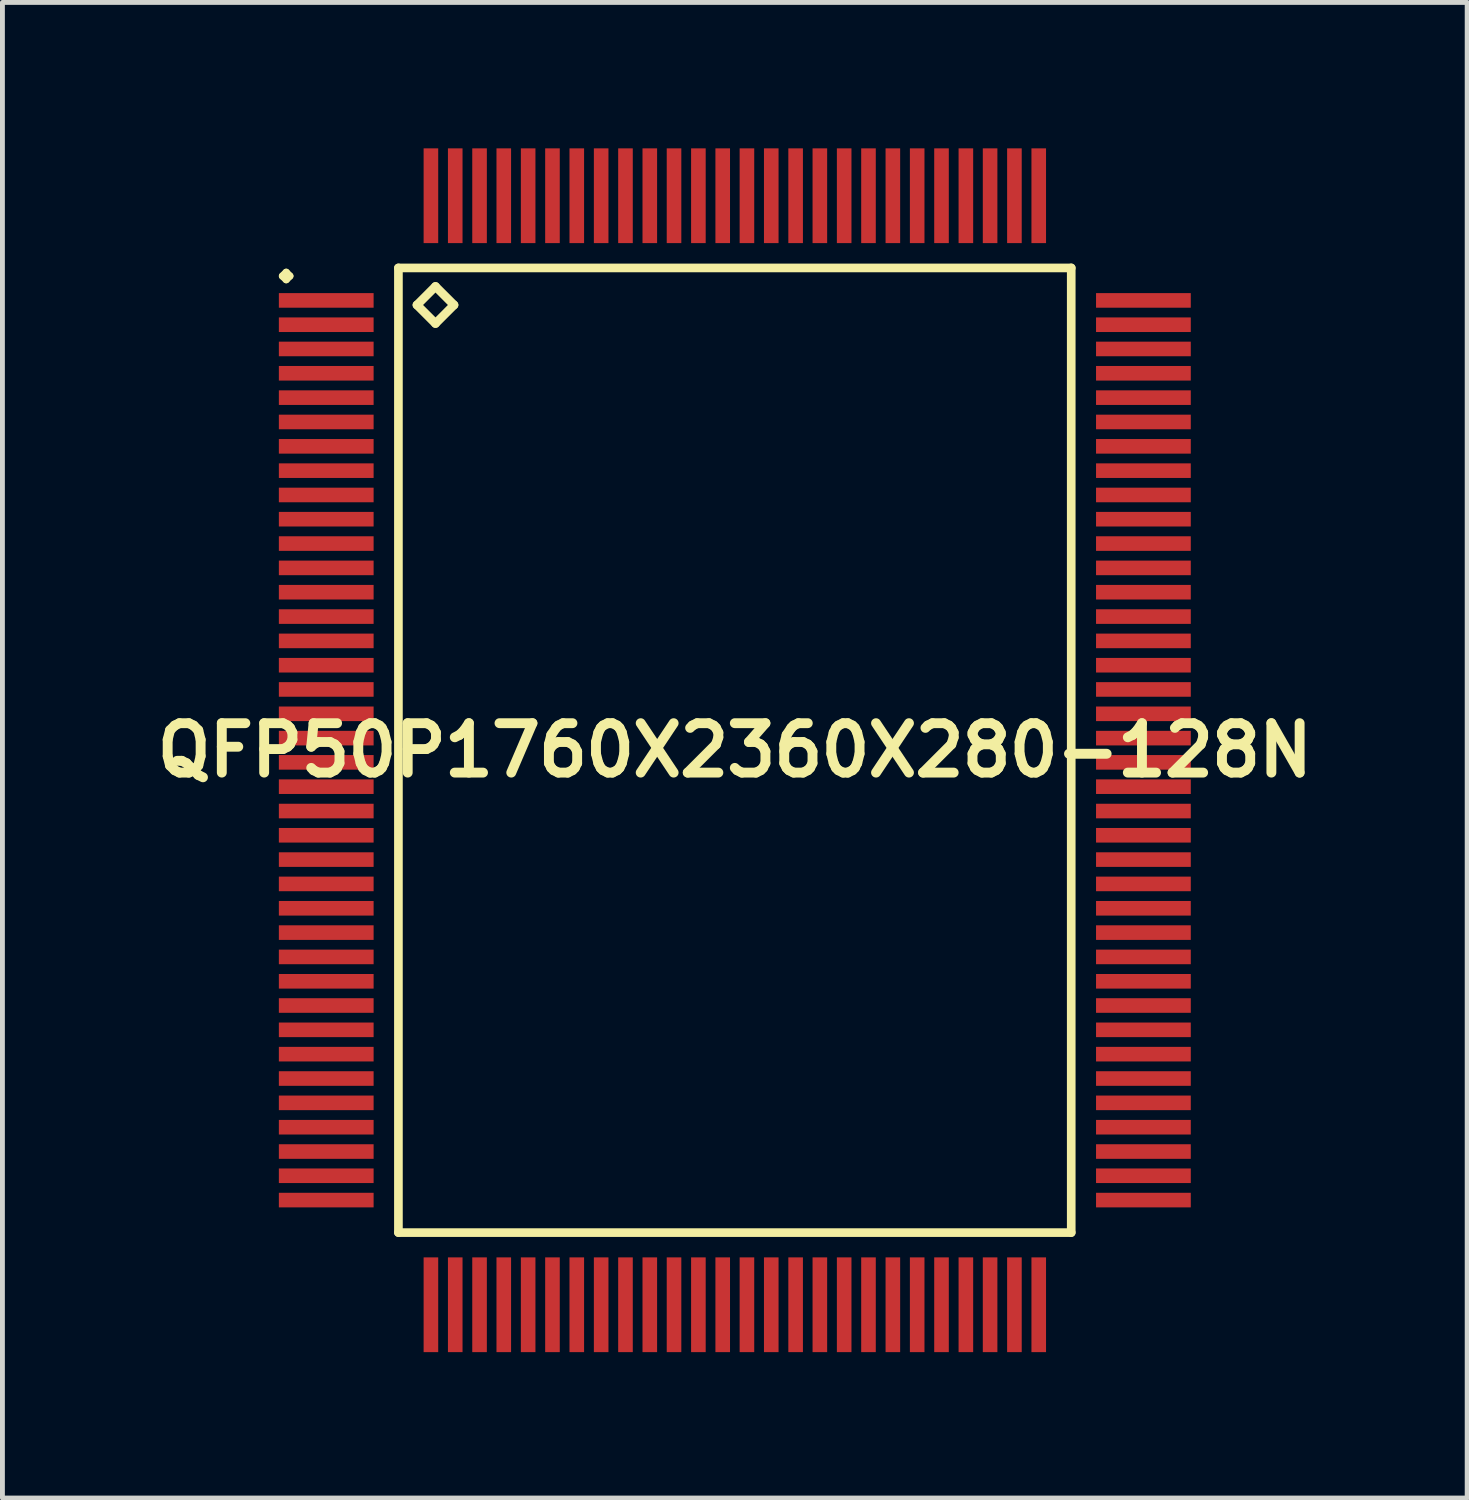
<source format=kicad_pcb>
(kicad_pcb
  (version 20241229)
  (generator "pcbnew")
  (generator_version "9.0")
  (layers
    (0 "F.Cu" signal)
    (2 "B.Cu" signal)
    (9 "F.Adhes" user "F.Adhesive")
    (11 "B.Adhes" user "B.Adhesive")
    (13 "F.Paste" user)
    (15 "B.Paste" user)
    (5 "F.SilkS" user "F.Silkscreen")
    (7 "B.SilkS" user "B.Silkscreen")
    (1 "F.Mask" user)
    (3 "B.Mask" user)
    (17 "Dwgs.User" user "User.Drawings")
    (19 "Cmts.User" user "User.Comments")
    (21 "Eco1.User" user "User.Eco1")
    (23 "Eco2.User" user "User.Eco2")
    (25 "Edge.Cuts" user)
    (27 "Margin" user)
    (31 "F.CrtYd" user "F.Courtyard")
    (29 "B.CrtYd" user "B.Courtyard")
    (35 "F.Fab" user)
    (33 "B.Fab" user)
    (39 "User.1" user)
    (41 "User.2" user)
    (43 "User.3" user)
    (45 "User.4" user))
  (footprint "QFP50P1760X2360X280-128N"
    (layer "F.Cu")
    (at 12.057 12.374)
    (property "Reference" "QFP50P1760X2360X280-128N" (at 0 0 0) (layer "F.SilkS") (effects (font (size 1.016 1.016) (thickness 0.203))))
    (attr smd)
    (fp_line (start -9.299 -9.749) (end -9.223 -9.825) (stroke (width 0.15) (type solid)) (layer "F.SilkS"))
    (fp_line (start -9.223 -9.825) (end -9.149 -9.749) (stroke (width 0.15) (type solid)) (layer "F.SilkS"))
    (fp_line (start -9.223 -9.675) (end -9.299 -9.749) (stroke (width 0.15) (type solid)) (layer "F.SilkS"))
    (fp_line (start -9.149 -9.749) (end -9.223 -9.675) (stroke (width 0.15) (type solid)) (layer "F.SilkS"))
    (fp_line (start -6.916 -9.916) (end -6.916 9.916) (stroke (width 0.178) (type solid)) (layer "F.SilkS"))
    (fp_line (start -6.916 9.916) (end 6.916 9.916) (stroke (width 0.178) (type solid)) (layer "F.SilkS"))
    (fp_line (start -6.535 -9.154) (end -6.154 -9.535) (stroke (width 0.178) (type solid)) (layer "F.SilkS"))
    (fp_line (start -6.154 -9.535) (end -5.773 -9.154) (stroke (width 0.178) (type solid)) (layer "F.SilkS"))
    (fp_line (start -6.154 -8.773) (end -6.535 -9.154) (stroke (width 0.178) (type solid)) (layer "F.SilkS"))
    (fp_line (start -5.773 -9.154) (end -6.154 -8.773) (stroke (width 0.178) (type solid)) (layer "F.SilkS"))
    (fp_line (start 6.916 -9.916) (end -6.916 -9.916) (stroke (width 0.178) (type solid)) (layer "F.SilkS"))
    (fp_line (start 6.916 9.916) (end 6.916 -9.916) (stroke (width 0.178) (type solid)) (layer "F.SilkS"))
    (pad "1" smd rect (at -8.4 -9.248) (size 1.948 0.3) (layers "F.Cu" "F.Mask" "F.Paste"))
    (pad "2" smd rect (at -8.4 -8.748) (size 1.948 0.3) (layers "F.Cu" "F.Mask" "F.Paste"))
    (pad "3" smd rect (at -8.4 -8.25) (size 1.948 0.3) (layers "F.Cu" "F.Mask" "F.Paste"))
    (pad "4" smd rect (at -8.4 -7.75) (size 1.948 0.3) (layers "F.Cu" "F.Mask" "F.Paste"))
    (pad "5" smd rect (at -8.4 -7.249) (size 1.948 0.3) (layers "F.Cu" "F.Mask" "F.Paste"))
    (pad "6" smd rect (at -8.4 -6.749) (size 1.948 0.3) (layers "F.Cu" "F.Mask" "F.Paste"))
    (pad "7" smd rect (at -8.4 -6.248) (size 1.948 0.3) (layers "F.Cu" "F.Mask" "F.Paste"))
    (pad "8" smd rect (at -8.4 -5.748) (size 1.948 0.3) (layers "F.Cu" "F.Mask" "F.Paste"))
    (pad "9" smd rect (at -8.4 -5.248) (size 1.948 0.3) (layers "F.Cu" "F.Mask" "F.Paste"))
    (pad "10" smd rect (at -8.4 -4.75) (size 1.948 0.3) (layers "F.Cu" "F.Mask" "F.Paste"))
    (pad "11" smd rect (at -8.4 -4.249) (size 1.948 0.3) (layers "F.Cu" "F.Mask" "F.Paste"))
    (pad "12" smd rect (at -8.4 -3.749) (size 1.948 0.3) (layers "F.Cu" "F.Mask" "F.Paste"))
    (pad "13" smd rect (at -8.4 -3.249) (size 1.948 0.3) (layers "F.Cu" "F.Mask" "F.Paste"))
    (pad "14" smd rect (at -8.4 -2.748) (size 1.948 0.3) (layers "F.Cu" "F.Mask" "F.Paste"))
    (pad "15" smd rect (at -8.4 -2.248) (size 1.948 0.3) (layers "F.Cu" "F.Mask" "F.Paste"))
    (pad "16" smd rect (at -8.4 -1.748) (size 1.948 0.3) (layers "F.Cu" "F.Mask" "F.Paste"))
    (pad "17" smd rect (at -8.4 -1.25) (size 1.948 0.3) (layers "F.Cu" "F.Mask" "F.Paste"))
    (pad "18" smd rect (at -8.4 -0.749) (size 1.948 0.3) (layers "F.Cu" "F.Mask" "F.Paste"))
    (pad "19" smd rect (at -8.4 -0.249) (size 1.948 0.3) (layers "F.Cu" "F.Mask" "F.Paste"))
    (pad "20" smd rect (at -8.4 0.249) (size 1.948 0.3) (layers "F.Cu" "F.Mask" "F.Paste"))
    (pad "21" smd rect (at -8.4 0.749) (size 1.948 0.3) (layers "F.Cu" "F.Mask" "F.Paste"))
    (pad "22" smd rect (at -8.4 1.25) (size 1.948 0.3) (layers "F.Cu" "F.Mask" "F.Paste"))
    (pad "23" smd rect (at -8.4 1.748) (size 1.948 0.3) (layers "F.Cu" "F.Mask" "F.Paste"))
    (pad "24" smd rect (at -8.4 2.248) (size 1.948 0.3) (layers "F.Cu" "F.Mask" "F.Paste"))
    (pad "25" smd rect (at -8.4 2.748) (size 1.948 0.3) (layers "F.Cu" "F.Mask" "F.Paste"))
    (pad "26" smd rect (at -8.4 3.249) (size 1.948 0.3) (layers "F.Cu" "F.Mask" "F.Paste"))
    (pad "27" smd rect (at -8.4 3.749) (size 1.948 0.3) (layers "F.Cu" "F.Mask" "F.Paste"))
    (pad "28" smd rect (at -8.4 4.249) (size 1.948 0.3) (layers "F.Cu" "F.Mask" "F.Paste"))
    (pad "29" smd rect (at -8.4 4.75) (size 1.948 0.3) (layers "F.Cu" "F.Mask" "F.Paste"))
    (pad "30" smd rect (at -8.4 5.248) (size 1.948 0.3) (layers "F.Cu" "F.Mask" "F.Paste"))
    (pad "31" smd rect (at -8.4 5.748) (size 1.948 0.3) (layers "F.Cu" "F.Mask" "F.Paste"))
    (pad "32" smd rect (at -8.4 6.248) (size 1.948 0.3) (layers "F.Cu" "F.Mask" "F.Paste"))
    (pad "33" smd rect (at -8.4 6.749) (size 1.948 0.3) (layers "F.Cu" "F.Mask" "F.Paste"))
    (pad "34" smd rect (at -8.4 7.249) (size 1.948 0.3) (layers "F.Cu" "F.Mask" "F.Paste"))
    (pad "35" smd rect (at -8.4 7.75) (size 1.948 0.3) (layers "F.Cu" "F.Mask" "F.Paste"))
    (pad "36" smd rect (at -8.4 8.25) (size 1.948 0.3) (layers "F.Cu" "F.Mask" "F.Paste"))
    (pad "37" smd rect (at -8.4 8.748) (size 1.948 0.3) (layers "F.Cu" "F.Mask" "F.Paste"))
    (pad "38" smd rect (at -8.4 9.248) (size 1.948 0.3) (layers "F.Cu" "F.Mask" "F.Paste"))
    (pad "39" smd rect (at -6.248 11.4) (size 0.3 1.948) (layers "F.Cu" "F.Mask" "F.Paste"))
    (pad "40" smd rect (at -5.748 11.4) (size 0.3 1.948) (layers "F.Cu" "F.Mask" "F.Paste"))
    (pad "41" smd rect (at -5.248 11.4) (size 0.3 1.948) (layers "F.Cu" "F.Mask" "F.Paste"))
    (pad "42" smd rect (at -4.75 11.4) (size 0.3 1.948) (layers "F.Cu" "F.Mask" "F.Paste"))
    (pad "43" smd rect (at -4.249 11.4) (size 0.3 1.948) (layers "F.Cu" "F.Mask" "F.Paste"))
    (pad "44" smd rect (at -3.749 11.4) (size 0.3 1.948) (layers "F.Cu" "F.Mask" "F.Paste"))
    (pad "45" smd rect (at -3.249 11.4) (size 0.3 1.948) (layers "F.Cu" "F.Mask" "F.Paste"))
    (pad "46" smd rect (at -2.748 11.4) (size 0.3 1.948) (layers "F.Cu" "F.Mask" "F.Paste"))
    (pad "47" smd rect (at -2.248 11.4) (size 0.3 1.948) (layers "F.Cu" "F.Mask" "F.Paste"))
    (pad "48" smd rect (at -1.748 11.4) (size 0.3 1.948) (layers "F.Cu" "F.Mask" "F.Paste"))
    (pad "49" smd rect (at -1.25 11.4) (size 0.3 1.948) (layers "F.Cu" "F.Mask" "F.Paste"))
    (pad "50" smd rect (at -0.749 11.4) (size 0.3 1.948) (layers "F.Cu" "F.Mask" "F.Paste"))
    (pad "51" smd rect (at -0.249 11.4) (size 0.3 1.948) (layers "F.Cu" "F.Mask" "F.Paste"))
    (pad "52" smd rect (at 0.249 11.4) (size 0.3 1.948) (layers "F.Cu" "F.Mask" "F.Paste"))
    (pad "53" smd rect (at 0.749 11.4) (size 0.3 1.948) (layers "F.Cu" "F.Mask" "F.Paste"))
    (pad "54" smd rect (at 1.25 11.4) (size 0.3 1.948) (layers "F.Cu" "F.Mask" "F.Paste"))
    (pad "55" smd rect (at 1.748 11.4) (size 0.3 1.948) (layers "F.Cu" "F.Mask" "F.Paste"))
    (pad "56" smd rect (at 2.248 11.4) (size 0.3 1.948) (layers "F.Cu" "F.Mask" "F.Paste"))
    (pad "57" smd rect (at 2.748 11.4) (size 0.3 1.948) (layers "F.Cu" "F.Mask" "F.Paste"))
    (pad "58" smd rect (at 3.249 11.4) (size 0.3 1.948) (layers "F.Cu" "F.Mask" "F.Paste"))
    (pad "59" smd rect (at 3.749 11.4) (size 0.3 1.948) (layers "F.Cu" "F.Mask" "F.Paste"))
    (pad "60" smd rect (at 4.249 11.4) (size 0.3 1.948) (layers "F.Cu" "F.Mask" "F.Paste"))
    (pad "61" smd rect (at 4.75 11.4) (size 0.3 1.948) (layers "F.Cu" "F.Mask" "F.Paste"))
    (pad "62" smd rect (at 5.248 11.4) (size 0.3 1.948) (layers "F.Cu" "F.Mask" "F.Paste"))
    (pad "63" smd rect (at 5.748 11.4) (size 0.3 1.948) (layers "F.Cu" "F.Mask" "F.Paste"))
    (pad "64" smd rect (at 6.248 11.4) (size 0.3 1.948) (layers "F.Cu" "F.Mask" "F.Paste"))
    (pad "65" smd rect (at 8.4 9.248) (size 1.948 0.3) (layers "F.Cu" "F.Mask" "F.Paste"))
    (pad "66" smd rect (at 8.4 8.748) (size 1.948 0.3) (layers "F.Cu" "F.Mask" "F.Paste"))
    (pad "67" smd rect (at 8.4 8.25) (size 1.948 0.3) (layers "F.Cu" "F.Mask" "F.Paste"))
    (pad "68" smd rect (at 8.4 7.75) (size 1.948 0.3) (layers "F.Cu" "F.Mask" "F.Paste"))
    (pad "69" smd rect (at 8.4 7.249) (size 1.948 0.3) (layers "F.Cu" "F.Mask" "F.Paste"))
    (pad "70" smd rect (at 8.4 6.749) (size 1.948 0.3) (layers "F.Cu" "F.Mask" "F.Paste"))
    (pad "71" smd rect (at 8.4 6.248) (size 1.948 0.3) (layers "F.Cu" "F.Mask" "F.Paste"))
    (pad "72" smd rect (at 8.4 5.748) (size 1.948 0.3) (layers "F.Cu" "F.Mask" "F.Paste"))
    (pad "73" smd rect (at 8.4 5.248) (size 1.948 0.3) (layers "F.Cu" "F.Mask" "F.Paste"))
    (pad "74" smd rect (at 8.4 4.75) (size 1.948 0.3) (layers "F.Cu" "F.Mask" "F.Paste"))
    (pad "75" smd rect (at 8.4 4.249) (size 1.948 0.3) (layers "F.Cu" "F.Mask" "F.Paste"))
    (pad "76" smd rect (at 8.4 3.749) (size 1.948 0.3) (layers "F.Cu" "F.Mask" "F.Paste"))
    (pad "77" smd rect (at 8.4 3.249) (size 1.948 0.3) (layers "F.Cu" "F.Mask" "F.Paste"))
    (pad "78" smd rect (at 8.4 2.748) (size 1.948 0.3) (layers "F.Cu" "F.Mask" "F.Paste"))
    (pad "79" smd rect (at 8.4 2.248) (size 1.948 0.3) (layers "F.Cu" "F.Mask" "F.Paste"))
    (pad "80" smd rect (at 8.4 1.748) (size 1.948 0.3) (layers "F.Cu" "F.Mask" "F.Paste"))
    (pad "81" smd rect (at 8.4 1.25) (size 1.948 0.3) (layers "F.Cu" "F.Mask" "F.Paste"))
    (pad "82" smd rect (at 8.4 0.749) (size 1.948 0.3) (layers "F.Cu" "F.Mask" "F.Paste"))
    (pad "83" smd rect (at 8.4 0.249) (size 1.948 0.3) (layers "F.Cu" "F.Mask" "F.Paste"))
    (pad "84" smd rect (at 8.4 -0.249) (size 1.948 0.3) (layers "F.Cu" "F.Mask" "F.Paste"))
    (pad "85" smd rect (at 8.4 -0.749) (size 1.948 0.3) (layers "F.Cu" "F.Mask" "F.Paste"))
    (pad "86" smd rect (at 8.4 -1.25) (size 1.948 0.3) (layers "F.Cu" "F.Mask" "F.Paste"))
    (pad "87" smd rect (at 8.4 -1.748) (size 1.948 0.3) (layers "F.Cu" "F.Mask" "F.Paste"))
    (pad "88" smd rect (at 8.4 -2.248) (size 1.948 0.3) (layers "F.Cu" "F.Mask" "F.Paste"))
    (pad "89" smd rect (at 8.4 -2.748) (size 1.948 0.3) (layers "F.Cu" "F.Mask" "F.Paste"))
    (pad "90" smd rect (at 8.4 -3.249) (size 1.948 0.3) (layers "F.Cu" "F.Mask" "F.Paste"))
    (pad "91" smd rect (at 8.4 -3.749) (size 1.948 0.3) (layers "F.Cu" "F.Mask" "F.Paste"))
    (pad "92" smd rect (at 8.4 -4.249) (size 1.948 0.3) (layers "F.Cu" "F.Mask" "F.Paste"))
    (pad "93" smd rect (at 8.4 -4.75) (size 1.948 0.3) (layers "F.Cu" "F.Mask" "F.Paste"))
    (pad "94" smd rect (at 8.4 -5.248) (size 1.948 0.3) (layers "F.Cu" "F.Mask" "F.Paste"))
    (pad "95" smd rect (at 8.4 -5.748) (size 1.948 0.3) (layers "F.Cu" "F.Mask" "F.Paste"))
    (pad "96" smd rect (at 8.4 -6.248) (size 1.948 0.3) (layers "F.Cu" "F.Mask" "F.Paste"))
    (pad "97" smd rect (at 8.4 -6.749) (size 1.948 0.3) (layers "F.Cu" "F.Mask" "F.Paste"))
    (pad "98" smd rect (at 8.4 -7.249) (size 1.948 0.3) (layers "F.Cu" "F.Mask" "F.Paste"))
    (pad "99" smd rect (at 8.4 -7.75) (size 1.948 0.3) (layers "F.Cu" "F.Mask" "F.Paste"))
    (pad "100" smd rect (at 8.4 -8.25) (size 1.948 0.3) (layers "F.Cu" "F.Mask" "F.Paste"))
    (pad "101" smd rect (at 8.4 -8.748) (size 1.948 0.3) (layers "F.Cu" "F.Mask" "F.Paste"))
    (pad "102" smd rect (at 8.4 -9.248) (size 1.948 0.3) (layers "F.Cu" "F.Mask" "F.Paste"))
    (pad "103" smd rect (at 6.248 -11.4) (size 0.3 1.948) (layers "F.Cu" "F.Mask" "F.Paste"))
    (pad "104" smd rect (at 5.748 -11.4) (size 0.3 1.948) (layers "F.Cu" "F.Mask" "F.Paste"))
    (pad "105" smd rect (at 5.248 -11.4) (size 0.3 1.948) (layers "F.Cu" "F.Mask" "F.Paste"))
    (pad "106" smd rect (at 4.75 -11.4) (size 0.3 1.948) (layers "F.Cu" "F.Mask" "F.Paste"))
    (pad "107" smd rect (at 4.249 -11.4) (size 0.3 1.948) (layers "F.Cu" "F.Mask" "F.Paste"))
    (pad "108" smd rect (at 3.749 -11.4) (size 0.3 1.948) (layers "F.Cu" "F.Mask" "F.Paste"))
    (pad "109" smd rect (at 3.249 -11.4) (size 0.3 1.948) (layers "F.Cu" "F.Mask" "F.Paste"))
    (pad "110" smd rect (at 2.748 -11.4) (size 0.3 1.948) (layers "F.Cu" "F.Mask" "F.Paste"))
    (pad "111" smd rect (at 2.248 -11.4) (size 0.3 1.948) (layers "F.Cu" "F.Mask" "F.Paste"))
    (pad "112" smd rect (at 1.748 -11.4) (size 0.3 1.948) (layers "F.Cu" "F.Mask" "F.Paste"))
    (pad "113" smd rect (at 1.25 -11.4) (size 0.3 1.948) (layers "F.Cu" "F.Mask" "F.Paste"))
    (pad "114" smd rect (at 0.749 -11.4) (size 0.3 1.948) (layers "F.Cu" "F.Mask" "F.Paste"))
    (pad "115" smd rect (at 0.249 -11.4) (size 0.3 1.948) (layers "F.Cu" "F.Mask" "F.Paste"))
    (pad "116" smd rect (at -0.249 -11.4) (size 0.3 1.948) (layers "F.Cu" "F.Mask" "F.Paste"))
    (pad "117" smd rect (at -0.749 -11.4) (size 0.3 1.948) (layers "F.Cu" "F.Mask" "F.Paste"))
    (pad "118" smd rect (at -1.25 -11.4) (size 0.3 1.948) (layers "F.Cu" "F.Mask" "F.Paste"))
    (pad "119" smd rect (at -1.748 -11.4) (size 0.3 1.948) (layers "F.Cu" "F.Mask" "F.Paste"))
    (pad "120" smd rect (at -2.248 -11.4) (size 0.3 1.948) (layers "F.Cu" "F.Mask" "F.Paste"))
    (pad "121" smd rect (at -2.748 -11.4) (size 0.3 1.948) (layers "F.Cu" "F.Mask" "F.Paste"))
    (pad "122" smd rect (at -3.249 -11.4) (size 0.3 1.948) (layers "F.Cu" "F.Mask" "F.Paste"))
    (pad "123" smd rect (at -3.749 -11.4) (size 0.3 1.948) (layers "F.Cu" "F.Mask" "F.Paste"))
    (pad "124" smd rect (at -4.249 -11.4) (size 0.3 1.948) (layers "F.Cu" "F.Mask" "F.Paste"))
    (pad "125" smd rect (at -4.75 -11.4) (size 0.3 1.948) (layers "F.Cu" "F.Mask" "F.Paste"))
    (pad "126" smd rect (at -5.248 -11.4) (size 0.3 1.948) (layers "F.Cu" "F.Mask" "F.Paste"))
    (pad "127" smd rect (at -5.748 -11.4) (size 0.3 1.948) (layers "F.Cu" "F.Mask" "F.Paste"))
    (pad "128" smd rect (at -6.248 -11.4) (size 0.3 1.948) (layers "F.Cu" "F.Mask" "F.Paste")))
  (gr_rect
    (start -3 -3)
    (end 27.113 27.747)
    (stroke (width 0.1) (type default))
    (fill no)
    (layer "Edge.Cuts")))
</source>
